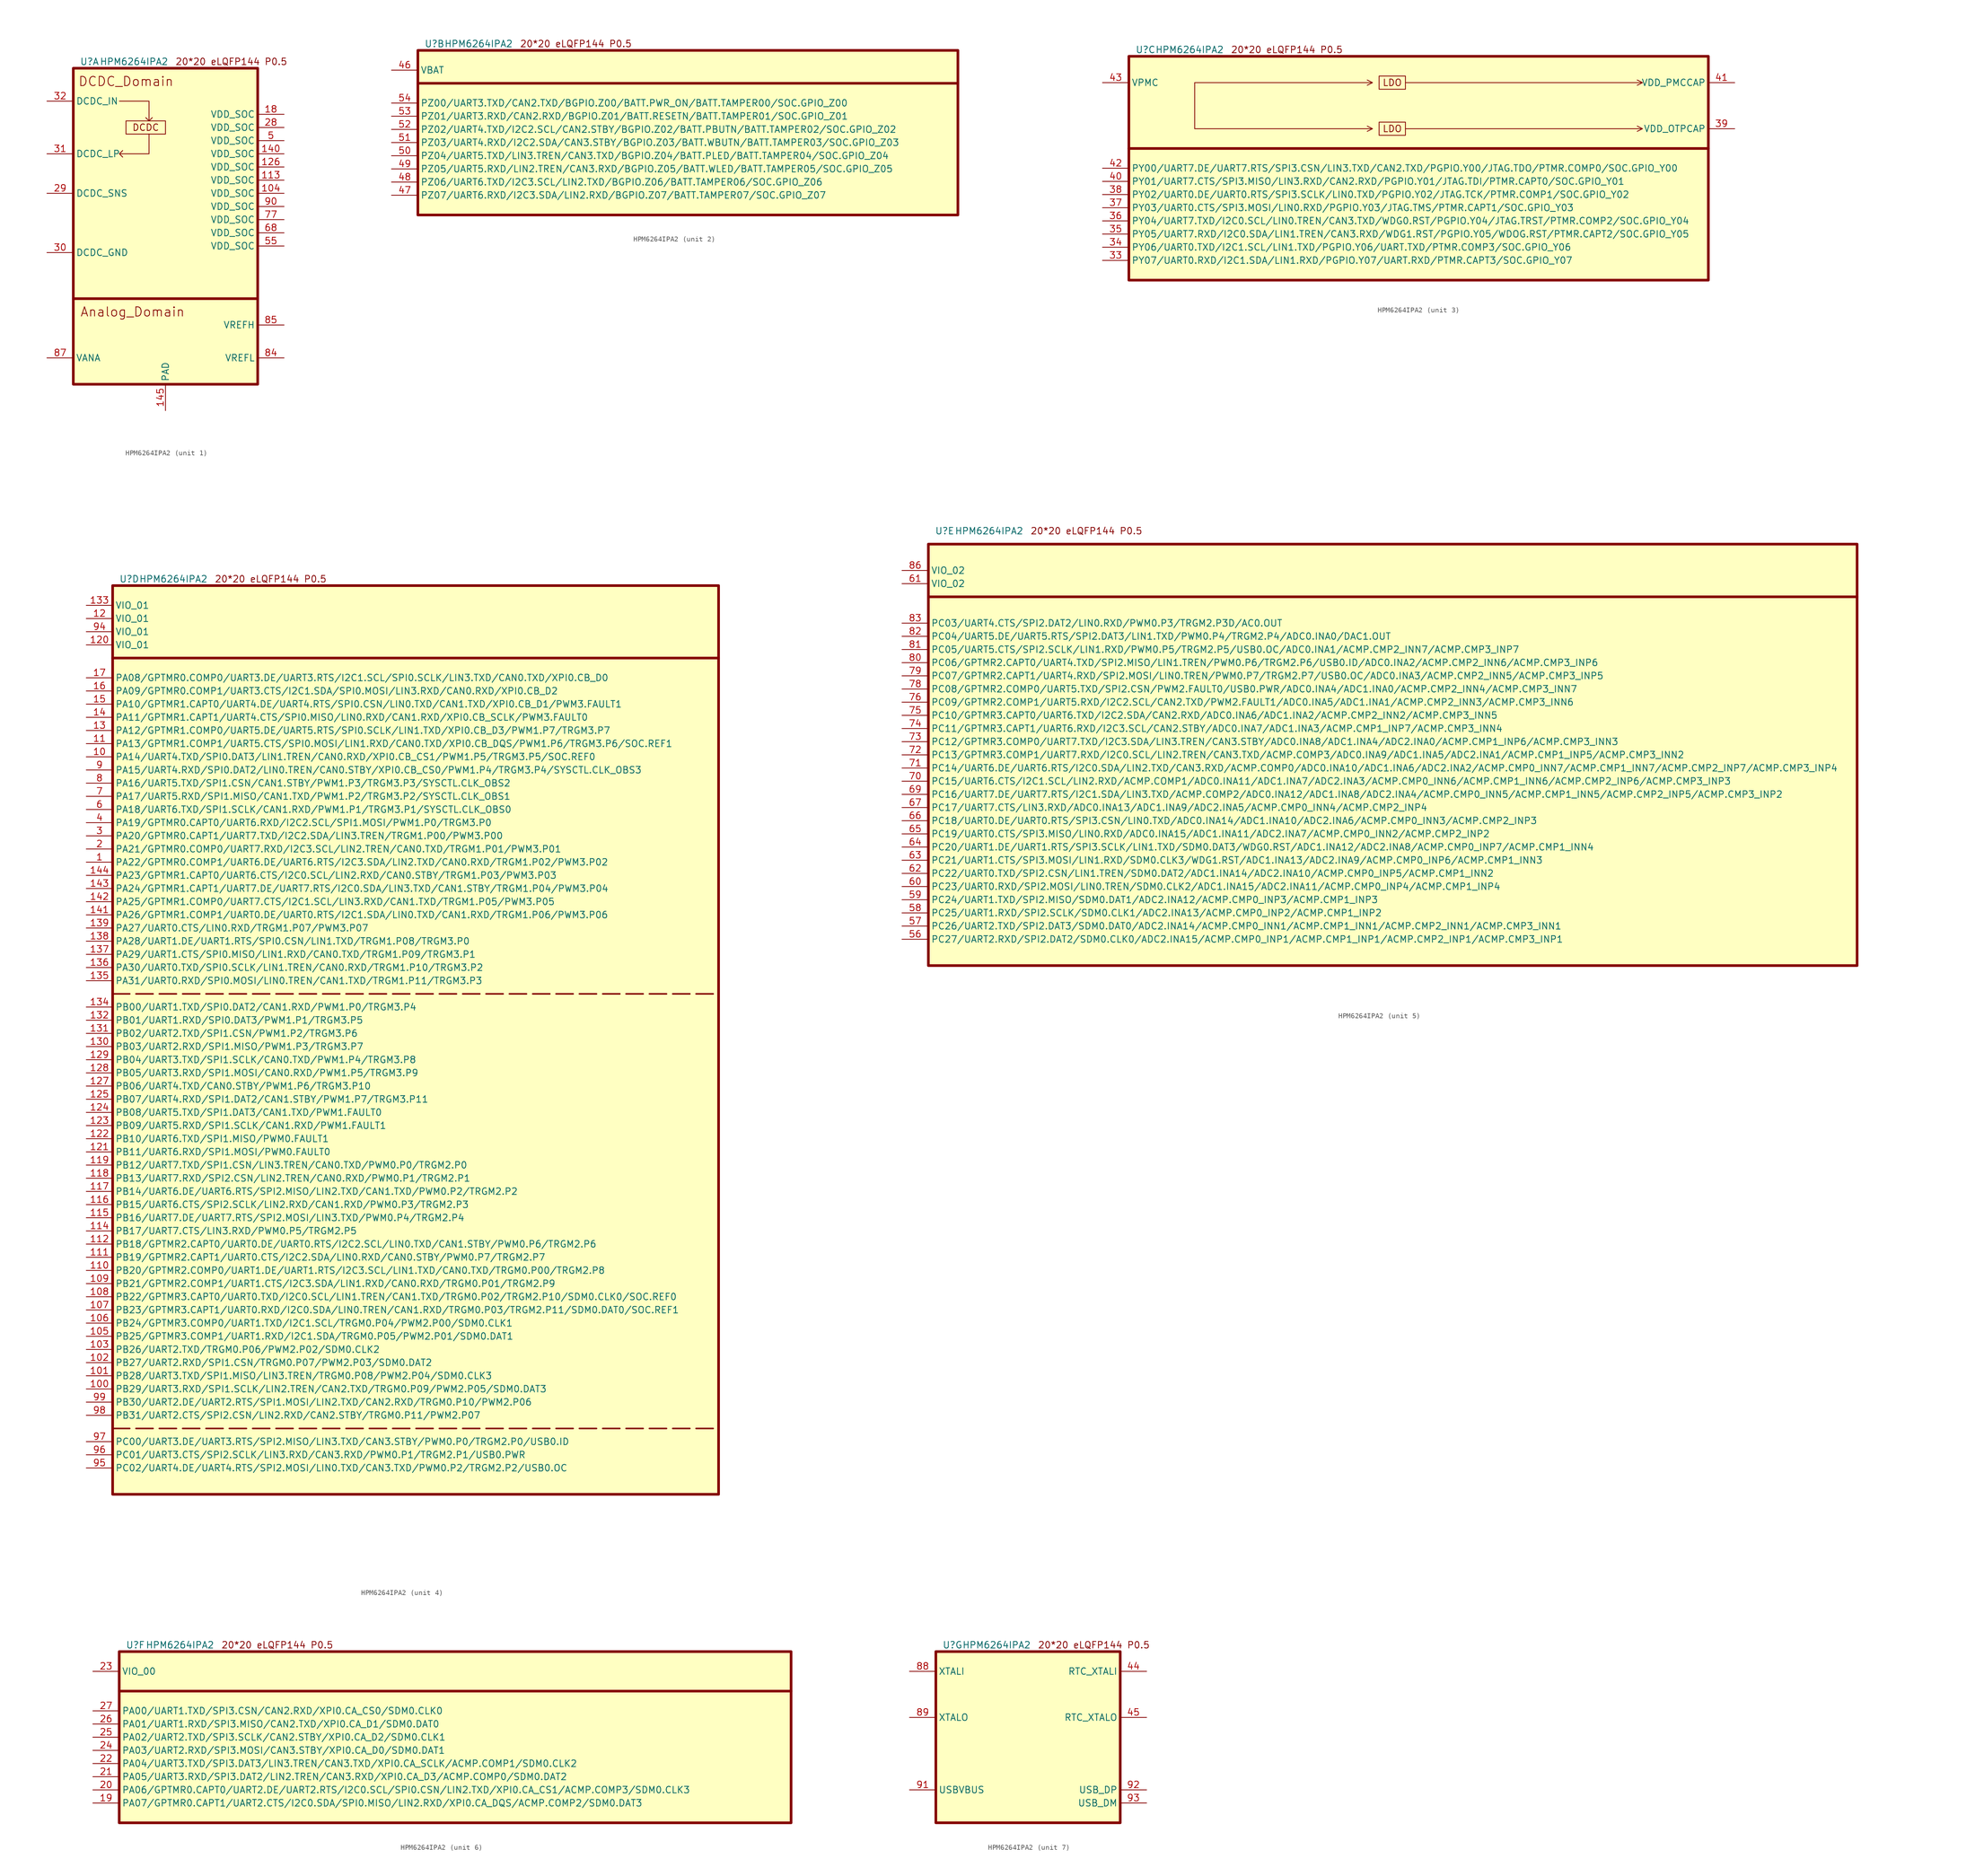
<source format=kicad_sym>
(kicad_symbol_lib
  (version 20220914)
  (generator kicad_symbol_editor)
  (symbol "HPM6264IPA2"
    (property "Reference" "U"
      (at 1.27 1.27 0)
      (effects (font (size 1.27 1.27)) (justify left)))
    (property "Value" "HPM6264IPA2"
      (at 5.08 1.27 0)
      (effects (font (size 1.27 1.27)) (justify left)))
    (property "ki_locked" ""
      (at 0 0 0)
      (effects (font (size 1.27 1.27))))
    (symbol "HPM6264IPA2_0_0"
      (text "20*20 eLQFP144 P0.5" (at 30.48 1.27 0) (effects (font (size 1.27 1.27)))))
    (symbol "HPM6264IPA2_1_1"
      (polyline (pts (xy 0 -44.45) (xy 35.56 -44.45)) (stroke (width 0.508) (type default)) (fill (type none)))
      (polyline (pts (xy 8.89 -6.35) (xy 14.605 -6.35) (xy 14.605 -10.16) (xy 13.97 -9.525) (xy 14.605 -10.16) (xy 15.24 -9.525)) (stroke (width 0) (type default)) (fill (type none)))
      (polyline (pts (xy 14.605 -12.7) (xy 14.605 -16.51) (xy 8.89 -16.51) (xy 9.525 -15.875) (xy 8.89 -16.51) (xy 9.525 -17.145)) (stroke (width 0) (type default)) (fill (type none)))
      (rectangle (start 0 0) (end 35.56 -60.96) (stroke (width 0.508) (type default)) (fill (type background)))
      (rectangle (start 10.16 -10.16) (end 17.78 -12.7) (stroke (width 0) (type default)) (fill (type none)))
      (text "Analog_Domain" (at 11.43 -46.99 0) (effects (font (size 1.778 1.778))))
      (text "DCDC" (at 13.97 -11.43 0) (effects (font (size 1.27 1.27))))
      (text "DCDC_Domain" (at 10.16 -2.54 0) (effects (font (size 1.778 1.778))))
      (pin power_in line (at 40.64 -24.13 180) (length 5.08) (name "VDD_SOC" (effects (font (size 1.27 1.27)))) (number "104" (effects (font (size 1.27 1.27)))))
      (pin power_in line (at 40.64 -21.59 180) (length 5.08) (name "VDD_SOC" (effects (font (size 1.27 1.27)))) (number "113" (effects (font (size 1.27 1.27)))))
      (pin power_in line (at 40.64 -19.05 180) (length 5.08) (name "VDD_SOC" (effects (font (size 1.27 1.27)))) (number "126" (effects (font (size 1.27 1.27)))))
      (pin power_in line (at 40.64 -16.51 180) (length 5.08) (name "VDD_SOC" (effects (font (size 1.27 1.27)))) (number "140" (effects (font (size 1.27 1.27)))))
      (pin power_out line (at 17.78 -66.04 90) (length 5.08) (name "PAD" (effects (font (size 1.27 1.27)))) (number "145" (effects (font (size 1.27 1.27)))))
      (pin power_in line (at 40.64 -8.89 180) (length 5.08) (name "VDD_SOC" (effects (font (size 1.27 1.27)))) (number "18" (effects (font (size 1.27 1.27)))))
      (pin power_in line (at 40.64 -11.43 180) (length 5.08) (name "VDD_SOC" (effects (font (size 1.27 1.27)))) (number "28" (effects (font (size 1.27 1.27)))))
      (pin input line (at -5.08 -24.13 0) (length 5.08) (name "DCDC_SNS" (effects (font (size 1.27 1.27)))) (number "29" (effects (font (size 1.27 1.27)))))
      (pin power_out line (at -5.08 -35.56 0) (length 5.08) (name "DCDC_GND" (effects (font (size 1.27 1.27)))) (number "30" (effects (font (size 1.27 1.27)))))
      (pin power_out line (at -5.08 -16.51 0) (length 5.08) (name "DCDC_LP" (effects (font (size 1.27 1.27)))) (number "31" (effects (font (size 1.27 1.27)))))
      (pin power_in line (at -5.08 -6.35 0) (length 5.08) (name "DCDC_IN" (effects (font (size 1.27 1.27)))) (number "32" (effects (font (size 1.27 1.27)))))
      (pin power_in line (at 40.64 -13.97 180) (length 5.08) (name "VDD_SOC" (effects (font (size 1.27 1.27)))) (number "5" (effects (font (size 1.27 1.27)))))
      (pin power_in line (at 40.64 -34.29 180) (length 5.08) (name "VDD_SOC" (effects (font (size 1.27 1.27)))) (number "55" (effects (font (size 1.27 1.27)))))
      (pin power_in line (at 40.64 -31.75 180) (length 5.08) (name "VDD_SOC" (effects (font (size 1.27 1.27)))) (number "68" (effects (font (size 1.27 1.27)))))
      (pin power_in line (at 40.64 -29.21 180) (length 5.08) (name "VDD_SOC" (effects (font (size 1.27 1.27)))) (number "77" (effects (font (size 1.27 1.27)))))
      (pin power_out line (at 40.64 -55.88 180) (length 5.08) (name "VREFL" (effects (font (size 1.27 1.27)))) (number "84" (effects (font (size 1.27 1.27)))))
      (pin power_in line (at 40.64 -49.53 180) (length 5.08) (name "VREFH" (effects (font (size 1.27 1.27)))) (number "85" (effects (font (size 1.27 1.27)))))
      (pin power_in line (at -5.08 -55.88 0) (length 5.08) (name "VANA" (effects (font (size 1.27 1.27)))) (number "87" (effects (font (size 1.27 1.27)))))
      (pin power_in line (at 40.64 -26.67 180) (length 5.08) (name "VDD_SOC" (effects (font (size 1.27 1.27)))) (number "90" (effects (font (size 1.27 1.27))))))
    (symbol "HPM6264IPA2_2_1"
      (polyline (pts (xy 0 -6.35) (xy 104.14 -6.35)) (stroke (width 0.5) (type default)) (fill (type none)))
      (rectangle (start 0 0) (end 104.14 -31.75) (stroke (width 0.508) (type default)) (fill (type background)))
      (pin power_in line (at -5.08 -3.81 0) (length 5.08) (name "VBAT" (effects (font (size 1.27 1.27)))) (number "46" (effects (font (size 1.27 1.27)))))
      (pin bidirectional line (at -5.08 -27.94 0) (length 5.08) (name "PZ07/UART6.RXD/I2C3.SDA/LIN2.RXD/BGPIO.Z07/BATT.TAMPER07/SOC.GPIO_Z07" (effects (font (size 1.27 1.27)))) (number "47" (effects (font (size 1.27 1.27)))))
      (pin bidirectional line (at -5.08 -25.4 0) (length 5.08) (name "PZ06/UART6.TXD/I2C3.SCL/LIN2.TXD/BGPIO.Z06/BATT.TAMPER06/SOC.GPIO_Z06" (effects (font (size 1.27 1.27)))) (number "48" (effects (font (size 1.27 1.27)))))
      (pin bidirectional line (at -5.08 -22.86 0) (length 5.08) (name "PZ05/UART5.RXD/LIN2.TREN/CAN3.RXD/BGPIO.Z05/BATT.WLED/BATT.TAMPER05/SOC.GPIO_Z05" (effects (font (size 1.27 1.27)))) (number "49" (effects (font (size 1.27 1.27)))))
      (pin bidirectional line (at -5.08 -20.32 0) (length 5.08) (name "PZ04/UART5.TXD/LIN3.TREN/CAN3.TXD/BGPIO.Z04/BATT.PLED/BATT.TAMPER04/SOC.GPIO_Z04" (effects (font (size 1.27 1.27)))) (number "50" (effects (font (size 1.27 1.27)))))
      (pin bidirectional line (at -5.08 -17.78 0) (length 5.08) (name "PZ03/UART4.RXD/I2C2.SDA/CAN3.STBY/BGPIO.Z03/BATT.WBUTN/BATT.TAMPER03/SOC.GPIO_Z03" (effects (font (size 1.27 1.27)))) (number "51" (effects (font (size 1.27 1.27)))))
      (pin bidirectional line (at -5.08 -15.24 0) (length 5.08) (name "PZ02/UART4.TXD/I2C2.SCL/CAN2.STBY/BGPIO.Z02/BATT.PBUTN/BATT.TAMPER02/SOC.GPIO_Z02" (effects (font (size 1.27 1.27)))) (number "52" (effects (font (size 1.27 1.27)))))
      (pin bidirectional line (at -5.08 -12.7 0) (length 5.08) (name "PZ01/UART3.RXD/CAN2.RXD/BGPIO.Z01/BATT.RESETN/BATT.TAMPER01/SOC.GPIO_Z01" (effects (font (size 1.27 1.27)))) (number "53" (effects (font (size 1.27 1.27)))))
      (pin bidirectional line (at -5.08 -10.16 0) (length 5.08) (name "PZ00/UART3.TXD/CAN2.TXD/BGPIO.Z00/BATT.PWR_ON/BATT.TAMPER00/SOC.GPIO_Z00" (effects (font (size 1.27 1.27)))) (number "54" (effects (font (size 1.27 1.27))))))
    (symbol "HPM6264IPA2_3_0"
      (polyline (pts (xy 12.7 -13.97) (xy 46.99 -13.97) (xy 45.974 -13.462) (xy 46.99 -13.97) (xy 45.974 -14.478)) (stroke (width 0) (type default)) (fill (type none)))
      (polyline (pts (xy 12.7 -5.08) (xy 46.99 -5.08) (xy 45.974 -4.572) (xy 46.99 -5.08) (xy 45.974 -5.588)) (stroke (width 0) (type default)) (fill (type none)))
      (polyline (pts (xy 53.34 -13.97) (xy 99.06 -13.97) (xy 98.044 -13.462) (xy 99.06 -13.97) (xy 98.044 -14.478)) (stroke (width 0) (type default)) (fill (type none)))
      (polyline (pts (xy 53.34 -5.08) (xy 99.06 -5.08) (xy 98.044 -4.572) (xy 99.06 -5.08) (xy 98.044 -5.588)) (stroke (width 0) (type default)) (fill (type none))))
    (symbol "HPM6264IPA2_3_1"
      (polyline (pts (xy 0 -17.78) (xy 111.76 -17.78)) (stroke (width 0.508) (type default)) (fill (type none)))
      (polyline (pts (xy 12.7 -12.7) (xy 12.7 -5.08) (xy 12.7 -13.97)) (stroke (width 0) (type default)) (fill (type none)))
      (rectangle (start 0 0) (end 111.76 -43.18) (stroke (width 0.508) (type default)) (fill (type background)))
      (rectangle (start 48.26 -12.7) (end 53.34 -15.24) (stroke (width 0) (type default)) (fill (type none)))
      (rectangle (start 48.26 -3.81) (end 53.34 -6.35) (stroke (width 0) (type default)) (fill (type none)))
      (text "LDO" (at 50.8 -13.97 0) (effects (font (size 1.27 1.27))))
      (text "LDO" (at 50.8 -5.08 0) (effects (font (size 1.27 1.27))))
      (pin bidirectional line (at -5.08 -39.37 0) (length 5.08) (name "PY07/UART0.RXD/I2C1.SDA/LIN1.RXD/PGPIO.Y07/UART.RXD/PTMR.CAPT3/SOC.GPIO_Y07" (effects (font (size 1.27 1.27)))) (number "33" (effects (font (size 1.27 1.27)))))
      (pin bidirectional line (at -5.08 -36.83 0) (length 5.08) (name "PY06/UART0.TXD/I2C1.SCL/LIN1.TXD/PGPIO.Y06/UART.TXD/PTMR.COMP3/SOC.GPIO_Y06" (effects (font (size 1.27 1.27)))) (number "34" (effects (font (size 1.27 1.27)))))
      (pin bidirectional line (at -5.08 -34.29 0) (length 5.08) (name "PY05/UART7.RXD/I2C0.SDA/LIN1.TREN/CAN3.RXD/WDG1.RST/PGPIO.Y05/WDOG.RST/PTMR.CAPT2/SOC.GPIO_Y05" (effects (font (size 1.27 1.27)))) (number "35" (effects (font (size 1.27 1.27)))))
      (pin bidirectional line (at -5.08 -31.75 0) (length 5.08) (name "PY04/UART7.TXD/I2C0.SCL/LIN0.TREN/CAN3.TXD/WDG0.RST/PGPIO.Y04/JTAG.TRST/PTMR.COMP2/SOC.GPIO_Y04" (effects (font (size 1.27 1.27)))) (number "36" (effects (font (size 1.27 1.27)))))
      (pin bidirectional line (at -5.08 -29.21 0) (length 5.08) (name "PY03/UART0.CTS/SPI3.MOSI/LIN0.RXD/PGPIO.Y03/JTAG.TMS/PTMR.CAPT1/SOC.GPIO_Y03" (effects (font (size 1.27 1.27)))) (number "37" (effects (font (size 1.27 1.27)))))
      (pin bidirectional line (at -5.08 -26.67 0) (length 5.08) (name "PY02/UART0.DE/UART0.RTS/SPI3.SCLK/LIN0.TXD/PGPIO.Y02/JTAG.TCK/PTMR.COMP1/SOC.GPIO_Y02" (effects (font (size 1.27 1.27)))) (number "38" (effects (font (size 1.27 1.27)))))
      (pin power_out line (at 116.84 -13.97 180) (length 5.08) (name "VDD_OTPCAP" (effects (font (size 1.27 1.27)))) (number "39" (effects (font (size 1.27 1.27)))))
      (pin bidirectional line (at -5.08 -24.13 0) (length 5.08) (name "PY01/UART7.CTS/SPI3.MISO/LIN3.RXD/CAN2.RXD/PGPIO.Y01/JTAG.TDI/PTMR.CAPT0/SOC.GPIO_Y01" (effects (font (size 1.27 1.27)))) (number "40" (effects (font (size 1.27 1.27)))))
      (pin power_out line (at 116.84 -5.08 180) (length 5.08) (name "VDD_PMCCAP" (effects (font (size 1.27 1.27)))) (number "41" (effects (font (size 1.27 1.27)))))
      (pin bidirectional line (at -5.08 -21.59 0) (length 5.08) (name "PY00/UART7.DE/UART7.RTS/SPI3.CSN/LIN3.TXD/CAN2.TXD/PGPIO.Y00/JTAG.TDO/PTMR.COMP0/SOC.GPIO_Y00" (effects (font (size 1.27 1.27)))) (number "42" (effects (font (size 1.27 1.27)))))
      (pin power_in line (at -5.08 -5.08 0) (length 5.08) (name "VPMC" (effects (font (size 1.27 1.27)))) (number "43" (effects (font (size 1.27 1.27))))))
    (symbol "HPM6264IPA2_4_1"
      (polyline (pts (xy 0 -162.56) (xy 116.84 -162.56)) (stroke (width 0.3) (type dash)) (fill (type none)))
      (polyline (pts (xy 0 -78.74) (xy 116.84 -78.74)) (stroke (width 0.3) (type dash)) (fill (type none)))
      (polyline (pts (xy 0 -13.97) (xy 116.84 -13.97)) (stroke (width 0.5) (type default)) (fill (type none)))
      (rectangle (start 0 0) (end 116.84 -175.26) (stroke (width 0.508) (type default)) (fill (type background)))
      (pin bidirectional line (at -5.08 -53.34 0) (length 5.08) (name "PA22/GPTMR0.COMP1/UART6.DE/UART6.RTS/I2C3.SDA/LIN2.TXD/CAN0.RXD/TRGM1.P02/PWM3.P02" (effects (font (size 1.27 1.27)))) (number "1" (effects (font (size 1.27 1.27)))))
      (pin bidirectional line (at -5.08 -33.02 0) (length 5.08) (name "PA14/UART4.TXD/SPI0.DAT3/LIN1.TREN/CAN0.RXD/XPI0.CB_CS1/PWM1.P5/TRGM3.P5/SOC.REF0" (effects (font (size 1.27 1.27)))) (number "10" (effects (font (size 1.27 1.27)))))
      (pin bidirectional line (at -5.08 -154.94 0) (length 5.08) (name "PB29/UART3.RXD/SPI1.SCLK/LIN2.TREN/CAN2.TXD/TRGM0.P09/PWM2.P05/SDM0.DAT3" (effects (font (size 1.27 1.27)))) (number "100" (effects (font (size 1.27 1.27)))))
      (pin bidirectional line (at -5.08 -152.4 0) (length 5.08) (name "PB28/UART3.TXD/SPI1.MISO/LIN3.TREN/TRGM0.P08/PWM2.P04/SDM0.CLK3" (effects (font (size 1.27 1.27)))) (number "101" (effects (font (size 1.27 1.27)))))
      (pin bidirectional line (at -5.08 -149.86 0) (length 5.08) (name "PB27/UART2.RXD/SPI1.CSN/TRGM0.P07/PWM2.P03/SDM0.DAT2" (effects (font (size 1.27 1.27)))) (number "102" (effects (font (size 1.27 1.27)))))
      (pin bidirectional line (at -5.08 -147.32 0) (length 5.08) (name "PB26/UART2.TXD/TRGM0.P06/PWM2.P02/SDM0.CLK2" (effects (font (size 1.27 1.27)))) (number "103" (effects (font (size 1.27 1.27)))))
      (pin bidirectional line (at -5.08 -144.78 0) (length 5.08) (name "PB25/GPTMR3.COMP1/UART1.RXD/I2C1.SDA/TRGM0.P05/PWM2.P01/SDM0.DAT1" (effects (font (size 1.27 1.27)))) (number "105" (effects (font (size 1.27 1.27)))))
      (pin bidirectional line (at -5.08 -142.24 0) (length 5.08) (name "PB24/GPTMR3.COMP0/UART1.TXD/I2C1.SCL/TRGM0.P04/PWM2.P00/SDM0.CLK1" (effects (font (size 1.27 1.27)))) (number "106" (effects (font (size 1.27 1.27)))))
      (pin bidirectional line (at -5.08 -139.7 0) (length 5.08) (name "PB23/GPTMR3.CAPT1/UART0.RXD/I2C0.SDA/LIN0.TREN/CAN1.RXD/TRGM0.P03/TRGM2.P11/SDM0.DAT0/SOC.REF1" (effects (font (size 1.27 1.27)))) (number "107" (effects (font (size 1.27 1.27)))))
      (pin bidirectional line (at -5.08 -137.16 0) (length 5.08) (name "PB22/GPTMR3.CAPT0/UART0.TXD/I2C0.SCL/LIN1.TREN/CAN1.TXD/TRGM0.P02/TRGM2.P10/SDM0.CLK0/SOC.REF0" (effects (font (size 1.27 1.27)))) (number "108" (effects (font (size 1.27 1.27)))))
      (pin bidirectional line (at -5.08 -134.62 0) (length 5.08) (name "PB21/GPTMR2.COMP1/UART1.CTS/I2C3.SDA/LIN1.RXD/CAN0.RXD/TRGM0.P01/TRGM2.P9" (effects (font (size 1.27 1.27)))) (number "109" (effects (font (size 1.27 1.27)))))
      (pin bidirectional line (at -5.08 -30.48 0) (length 5.08) (name "PA13/GPTMR1.COMP1/UART5.CTS/SPI0.MOSI/LIN1.RXD/CAN0.TXD/XPI0.CB_DQS/PWM1.P6/TRGM3.P6/SOC.REF1" (effects (font (size 1.27 1.27)))) (number "11" (effects (font (size 1.27 1.27)))))
      (pin bidirectional line (at -5.08 -132.08 0) (length 5.08) (name "PB20/GPTMR2.COMP0/UART1.DE/UART1.RTS/I2C3.SCL/LIN1.TXD/CAN0.TXD/TRGM0.P00/TRGM2.P8" (effects (font (size 1.27 1.27)))) (number "110" (effects (font (size 1.27 1.27)))))
      (pin bidirectional line (at -5.08 -129.54 0) (length 5.08) (name "PB19/GPTMR2.CAPT1/UART0.CTS/I2C2.SDA/LIN0.RXD/CAN0.STBY/PWM0.P7/TRGM2.P7" (effects (font (size 1.27 1.27)))) (number "111" (effects (font (size 1.27 1.27)))))
      (pin bidirectional line (at -5.08 -127 0) (length 5.08) (name "PB18/GPTMR2.CAPT0/UART0.DE/UART0.RTS/I2C2.SCL/LIN0.TXD/CAN1.STBY/PWM0.P6/TRGM2.P6" (effects (font (size 1.27 1.27)))) (number "112" (effects (font (size 1.27 1.27)))))
      (pin bidirectional line (at -5.08 -124.46 0) (length 5.08) (name "PB17/UART7.CTS/LIN3.RXD/PWM0.P5/TRGM2.P5" (effects (font (size 1.27 1.27)))) (number "114" (effects (font (size 1.27 1.27)))))
      (pin bidirectional line (at -5.08 -121.92 0) (length 5.08) (name "PB16/UART7.DE/UART7.RTS/SPI2.MOSI/LIN3.TXD/PWM0.P4/TRGM2.P4" (effects (font (size 1.27 1.27)))) (number "115" (effects (font (size 1.27 1.27)))))
      (pin bidirectional line (at -5.08 -119.38 0) (length 5.08) (name "PB15/UART6.CTS/SPI2.SCLK/LIN2.RXD/CAN1.RXD/PWM0.P3/TRGM2.P3" (effects (font (size 1.27 1.27)))) (number "116" (effects (font (size 1.27 1.27)))))
      (pin bidirectional line (at -5.08 -116.84 0) (length 5.08) (name "PB14/UART6.DE/UART6.RTS/SPI2.MISO/LIN2.TXD/CAN1.TXD/PWM0.P2/TRGM2.P2" (effects (font (size 1.27 1.27)))) (number "117" (effects (font (size 1.27 1.27)))))
      (pin bidirectional line (at -5.08 -114.3 0) (length 5.08) (name "PB13/UART7.RXD/SPI2.CSN/LIN2.TREN/CAN0.RXD/PWM0.P1/TRGM2.P1" (effects (font (size 1.27 1.27)))) (number "118" (effects (font (size 1.27 1.27)))))
      (pin bidirectional line (at -5.08 -111.76 0) (length 5.08) (name "PB12/UART7.TXD/SPI1.CSN/LIN3.TREN/CAN0.TXD/PWM0.P0/TRGM2.P0" (effects (font (size 1.27 1.27)))) (number "119" (effects (font (size 1.27 1.27)))))
      (pin power_in line (at -5.08 -6.35 0) (length 5.08) (name "VIO_01" (effects (font (size 1.27 1.27)))) (number "12" (effects (font (size 1.27 1.27)))))
      (pin power_in line (at -5.08 -11.43 0) (length 5.08) (name "VIO_01" (effects (font (size 1.27 1.27)))) (number "120" (effects (font (size 1.27 1.27)))))
      (pin bidirectional line (at -5.08 -109.22 0) (length 5.08) (name "PB11/UART6.RXD/SPI1.MOSI/PWM0.FAULT0" (effects (font (size 1.27 1.27)))) (number "121" (effects (font (size 1.27 1.27)))))
      (pin bidirectional line (at -5.08 -106.68 0) (length 5.08) (name "PB10/UART6.TXD/SPI1.MISO/PWM0.FAULT1" (effects (font (size 1.27 1.27)))) (number "122" (effects (font (size 1.27 1.27)))))
      (pin bidirectional line (at -5.08 -104.14 0) (length 5.08) (name "PB09/UART5.RXD/SPI1.SCLK/CAN1.RXD/PWM1.FAULT1" (effects (font (size 1.27 1.27)))) (number "123" (effects (font (size 1.27 1.27)))))
      (pin bidirectional line (at -5.08 -101.6 0) (length 5.08) (name "PB08/UART5.TXD/SPI1.DAT3/CAN1.TXD/PWM1.FAULT0" (effects (font (size 1.27 1.27)))) (number "124" (effects (font (size 1.27 1.27)))))
      (pin bidirectional line (at -5.08 -99.06 0) (length 5.08) (name "PB07/UART4.RXD/SPI1.DAT2/CAN1.STBY/PWM1.P7/TRGM3.P11" (effects (font (size 1.27 1.27)))) (number "125" (effects (font (size 1.27 1.27)))))
      (pin bidirectional line (at -5.08 -96.52 0) (length 5.08) (name "PB06/UART4.TXD/CAN0.STBY/PWM1.P6/TRGM3.P10" (effects (font (size 1.27 1.27)))) (number "127" (effects (font (size 1.27 1.27)))))
      (pin bidirectional line (at -5.08 -93.98 0) (length 5.08) (name "PB05/UART3.RXD/SPI1.MOSI/CAN0.RXD/PWM1.P5/TRGM3.P9" (effects (font (size 1.27 1.27)))) (number "128" (effects (font (size 1.27 1.27)))))
      (pin bidirectional line (at -5.08 -91.44 0) (length 5.08) (name "PB04/UART3.TXD/SPI1.SCLK/CAN0.TXD/PWM1.P4/TRGM3.P8" (effects (font (size 1.27 1.27)))) (number "129" (effects (font (size 1.27 1.27)))))
      (pin bidirectional line (at -5.08 -27.94 0) (length 5.08) (name "PA12/GPTMR1.COMP0/UART5.DE/UART5.RTS/SPI0.SCLK/LIN1.TXD/XPI0.CB_D3/PWM1.P7/TRGM3.P7" (effects (font (size 1.27 1.27)))) (number "13" (effects (font (size 1.27 1.27)))))
      (pin bidirectional line (at -5.08 -88.9 0) (length 5.08) (name "PB03/UART2.RXD/SPI1.MISO/PWM1.P3/TRGM3.P7" (effects (font (size 1.27 1.27)))) (number "130" (effects (font (size 1.27 1.27)))))
      (pin bidirectional line (at -5.08 -86.36 0) (length 5.08) (name "PB02/UART2.TXD/SPI1.CSN/PWM1.P2/TRGM3.P6" (effects (font (size 1.27 1.27)))) (number "131" (effects (font (size 1.27 1.27)))))
      (pin bidirectional line (at -5.08 -83.82 0) (length 5.08) (name "PB01/UART1.RXD/SPI0.DAT3/PWM1.P1/TRGM3.P5" (effects (font (size 1.27 1.27)))) (number "132" (effects (font (size 1.27 1.27)))))
      (pin power_in line (at -5.08 -3.81 0) (length 5.08) (name "VIO_01" (effects (font (size 1.27 1.27)))) (number "133" (effects (font (size 1.27 1.27)))))
      (pin bidirectional line (at -5.08 -81.28 0) (length 5.08) (name "PB00/UART1.TXD/SPI0.DAT2/CAN1.RXD/PWM1.P0/TRGM3.P4" (effects (font (size 1.27 1.27)))) (number "134" (effects (font (size 1.27 1.27)))))
      (pin bidirectional line (at -5.08 -76.2 0) (length 5.08) (name "PA31/UART0.RXD/SPI0.MOSI/LIN0.TREN/CAN1.TXD/TRGM1.P11/TRGM3.P3" (effects (font (size 1.27 1.27)))) (number "135" (effects (font (size 1.27 1.27)))))
      (pin bidirectional line (at -5.08 -73.66 0) (length 5.08) (name "PA30/UART0.TXD/SPI0.SCLK/LIN1.TREN/CAN0.RXD/TRGM1.P10/TRGM3.P2" (effects (font (size 1.27 1.27)))) (number "136" (effects (font (size 1.27 1.27)))))
      (pin bidirectional line (at -5.08 -71.12 0) (length 5.08) (name "PA29/UART1.CTS/SPI0.MISO/LIN1.RXD/CAN0.TXD/TRGM1.P09/TRGM3.P1" (effects (font (size 1.27 1.27)))) (number "137" (effects (font (size 1.27 1.27)))))
      (pin bidirectional line (at -5.08 -68.58 0) (length 5.08) (name "PA28/UART1.DE/UART1.RTS/SPI0.CSN/LIN1.TXD/TRGM1.P08/TRGM3.P0" (effects (font (size 1.27 1.27)))) (number "138" (effects (font (size 1.27 1.27)))))
      (pin bidirectional line (at -5.08 -66.04 0) (length 5.08) (name "PA27/UART0.CTS/LIN0.RXD/TRGM1.P07/PWM3.P07" (effects (font (size 1.27 1.27)))) (number "139" (effects (font (size 1.27 1.27)))))
      (pin bidirectional line (at -5.08 -25.4 0) (length 5.08) (name "PA11/GPTMR1.CAPT1/UART4.CTS/SPI0.MISO/LIN0.RXD/CAN1.RXD/XPI0.CB_SCLK/PWM3.FAULT0" (effects (font (size 1.27 1.27)))) (number "14" (effects (font (size 1.27 1.27)))))
      (pin bidirectional line (at -5.08 -63.5 0) (length 5.08) (name "PA26/GPTMR1.COMP1/UART0.DE/UART0.RTS/I2C1.SDA/LIN0.TXD/CAN1.RXD/TRGM1.P06/PWM3.P06" (effects (font (size 1.27 1.27)))) (number "141" (effects (font (size 1.27 1.27)))))
      (pin bidirectional line (at -5.08 -60.96 0) (length 5.08) (name "PA25/GPTMR1.COMP0/UART7.CTS/I2C1.SCL/LIN3.RXD/CAN1.TXD/TRGM1.P05/PWM3.P05" (effects (font (size 1.27 1.27)))) (number "142" (effects (font (size 1.27 1.27)))))
      (pin bidirectional line (at -5.08 -58.42 0) (length 5.08) (name "PA24/GPTMR1.CAPT1/UART7.DE/UART7.RTS/I2C0.SDA/LIN3.TXD/CAN1.STBY/TRGM1.P04/PWM3.P04" (effects (font (size 1.27 1.27)))) (number "143" (effects (font (size 1.27 1.27)))))
      (pin bidirectional line (at -5.08 -55.88 0) (length 5.08) (name "PA23/GPTMR1.CAPT0/UART6.CTS/I2C0.SCL/LIN2.RXD/CAN0.STBY/TRGM1.P03/PWM3.P03" (effects (font (size 1.27 1.27)))) (number "144" (effects (font (size 1.27 1.27)))))
      (pin bidirectional line (at -5.08 -22.86 0) (length 5.08) (name "PA10/GPTMR1.CAPT0/UART4.DE/UART4.RTS/SPI0.CSN/LIN0.TXD/CAN1.TXD/XPI0.CB_D1/PWM3.FAULT1" (effects (font (size 1.27 1.27)))) (number "15" (effects (font (size 1.27 1.27)))))
      (pin bidirectional line (at -5.08 -20.32 0) (length 5.08) (name "PA09/GPTMR0.COMP1/UART3.CTS/I2C1.SDA/SPI0.MOSI/LIN3.RXD/CAN0.RXD/XPI0.CB_D2" (effects (font (size 1.27 1.27)))) (number "16" (effects (font (size 1.27 1.27)))))
      (pin bidirectional line (at -5.08 -17.78 0) (length 5.08) (name "PA08/GPTMR0.COMP0/UART3.DE/UART3.RTS/I2C1.SCL/SPI0.SCLK/LIN3.TXD/CAN0.TXD/XPI0.CB_D0" (effects (font (size 1.27 1.27)))) (number "17" (effects (font (size 1.27 1.27)))))
      (pin bidirectional line (at -5.08 -50.8 0) (length 5.08) (name "PA21/GPTMR0.COMP0/UART7.RXD/I2C3.SCL/LIN2.TREN/CAN0.TXD/TRGM1.P01/PWM3.P01" (effects (font (size 1.27 1.27)))) (number "2" (effects (font (size 1.27 1.27)))))
      (pin bidirectional line (at -5.08 -48.26 0) (length 5.08) (name "PA20/GPTMR0.CAPT1/UART7.TXD/I2C2.SDA/LIN3.TREN/TRGM1.P00/PWM3.P00" (effects (font (size 1.27 1.27)))) (number "3" (effects (font (size 1.27 1.27)))))
      (pin bidirectional line (at -5.08 -45.72 0) (length 5.08) (name "PA19/GPTMR0.CAPT0/UART6.RXD/I2C2.SCL/SPI1.MOSI/PWM1.P0/TRGM3.P0" (effects (font (size 1.27 1.27)))) (number "4" (effects (font (size 1.27 1.27)))))
      (pin bidirectional line (at -5.08 -43.18 0) (length 5.08) (name "PA18/UART6.TXD/SPI1.SCLK/CAN1.RXD/PWM1.P1/TRGM3.P1/SYSCTL.CLK_OBS0" (effects (font (size 1.27 1.27)))) (number "6" (effects (font (size 1.27 1.27)))))
      (pin bidirectional line (at -5.08 -40.64 0) (length 5.08) (name "PA17/UART5.RXD/SPI1.MISO/CAN1.TXD/PWM1.P2/TRGM3.P2/SYSCTL.CLK_OBS1" (effects (font (size 1.27 1.27)))) (number "7" (effects (font (size 1.27 1.27)))))
      (pin bidirectional line (at -5.08 -38.1 0) (length 5.08) (name "PA16/UART5.TXD/SPI1.CSN/CAN1.STBY/PWM1.P3/TRGM3.P3/SYSCTL.CLK_OBS2" (effects (font (size 1.27 1.27)))) (number "8" (effects (font (size 1.27 1.27)))))
      (pin bidirectional line (at -5.08 -35.56 0) (length 5.08) (name "PA15/UART4.RXD/SPI0.DAT2/LIN0.TREN/CAN0.STBY/XPI0.CB_CS0/PWM1.P4/TRGM3.P4/SYSCTL.CLK_OBS3" (effects (font (size 1.27 1.27)))) (number "9" (effects (font (size 1.27 1.27)))))
      (pin power_in line (at -5.08 -8.89 0) (length 5.08) (name "VIO_01" (effects (font (size 1.27 1.27)))) (number "94" (effects (font (size 1.27 1.27)))))
      (pin bidirectional line (at -5.08 -170.18 0) (length 5.08) (name "PC02/UART4.DE/UART4.RTS/SPI2.MOSI/LIN0.TXD/CAN3.TXD/PWM0.P2/TRGM2.P2/USB0.OC" (effects (font (size 1.27 1.27)))) (number "95" (effects (font (size 1.27 1.27)))))
      (pin bidirectional line (at -5.08 -167.64 0) (length 5.08) (name "PC01/UART3.CTS/SPI2.SCLK/LIN3.RXD/CAN3.RXD/PWM0.P1/TRGM2.P1/USB0.PWR" (effects (font (size 1.27 1.27)))) (number "96" (effects (font (size 1.27 1.27)))))
      (pin bidirectional line (at -5.08 -165.1 0) (length 5.08) (name "PC00/UART3.DE/UART3.RTS/SPI2.MISO/LIN3.TXD/CAN3.STBY/PWM0.P0/TRGM2.P0/USB0.ID" (effects (font (size 1.27 1.27)))) (number "97" (effects (font (size 1.27 1.27)))))
      (pin bidirectional line (at -5.08 -160.02 0) (length 5.08) (name "PB31/UART2.CTS/SPI2.CSN/LIN2.RXD/CAN2.STBY/TRGM0.P11/PWM2.P07" (effects (font (size 1.27 1.27)))) (number "98" (effects (font (size 1.27 1.27)))))
      (pin bidirectional line (at -5.08 -157.48 0) (length 5.08) (name "PB30/UART2.DE/UART2.RTS/SPI1.MOSI/LIN2.TXD/CAN2.RXD/TRGM0.P10/PWM2.P06" (effects (font (size 1.27 1.27)))) (number "99" (effects (font (size 1.27 1.27))))))
    (symbol "HPM6264IPA2_5_1"
      (rectangle (start 0 -1.27) (end 179.07 -82.55) (stroke (width 0.508) (type default)) (fill (type background)))
      (polyline (pts (xy 0 -11.43) (xy 179.07 -11.43)) (stroke (width 0.5) (type default)) (fill (type none)))
      (pin bidirectional line (at -5.08 -77.47 0) (length 5.08) (name "PC27/UART2.RXD/SPI2.DAT2/SDM0.CLK0/ADC2.INA15/ACMP.CMP0_INP1/ACMP.CMP1_INP1/ACMP.CMP2_INP1/ACMP.CMP3_INP1" (effects (font (size 1.27 1.27)))) (number "56" (effects (font (size 1.27 1.27)))))
      (pin bidirectional line (at -5.08 -74.93 0) (length 5.08) (name "PC26/UART2.TXD/SPI2.DAT3/SDM0.DAT0/ADC2.INA14/ACMP.CMP0_INN1/ACMP.CMP1_INN1/ACMP.CMP2_INN1/ACMP.CMP3_INN1" (effects (font (size 1.27 1.27)))) (number "57" (effects (font (size 1.27 1.27)))))
      (pin bidirectional line (at -5.08 -72.39 0) (length 5.08) (name "PC25/UART1.RXD/SPI2.SCLK/SDM0.CLK1/ADC2.INA13/ACMP.CMP0_INP2/ACMP.CMP1_INP2" (effects (font (size 1.27 1.27)))) (number "58" (effects (font (size 1.27 1.27)))))
      (pin bidirectional line (at -5.08 -69.85 0) (length 5.08) (name "PC24/UART1.TXD/SPI2.MISO/SDM0.DAT1/ADC2.INA12/ACMP.CMP0_INP3/ACMP.CMP1_INP3" (effects (font (size 1.27 1.27)))) (number "59" (effects (font (size 1.27 1.27)))))
      (pin bidirectional line (at -5.08 -67.31 0) (length 5.08) (name "PC23/UART0.RXD/SPI2.MOSI/LIN0.TREN/SDM0.CLK2/ADC1.INA15/ADC2.INA11/ACMP.CMP0_INP4/ACMP.CMP1_INP4" (effects (font (size 1.27 1.27)))) (number "60" (effects (font (size 1.27 1.27)))))
      (pin power_in line (at -5.08 -8.89 0) (length 5.08) (name "VIO_02" (effects (font (size 1.27 1.27)))) (number "61" (effects (font (size 1.27 1.27)))))
      (pin bidirectional line (at -5.08 -64.77 0) (length 5.08) (name "PC22/UART0.TXD/SPI2.CSN/LIN1.TREN/SDM0.DAT2/ADC1.INA14/ADC2.INA10/ACMP.CMP0_INP5/ACMP.CMP1_INN2" (effects (font (size 1.27 1.27)))) (number "62" (effects (font (size 1.27 1.27)))))
      (pin bidirectional line (at -5.08 -62.23 0) (length 5.08) (name "PC21/UART1.CTS/SPI3.MOSI/LIN1.RXD/SDM0.CLK3/WDG1.RST/ADC1.INA13/ADC2.INA9/ACMP.CMP0_INP6/ACMP.CMP1_INN3" (effects (font (size 1.27 1.27)))) (number "63" (effects (font (size 1.27 1.27)))))
      (pin bidirectional line (at -5.08 -59.69 0) (length 5.08) (name "PC20/UART1.DE/UART1.RTS/SPI3.SCLK/LIN1.TXD/SDM0.DAT3/WDG0.RST/ADC1.INA12/ADC2.INA8/ACMP.CMP0_INP7/ACMP.CMP1_INN4" (effects (font (size 1.27 1.27)))) (number "64" (effects (font (size 1.27 1.27)))))
      (pin bidirectional line (at -5.08 -57.15 0) (length 5.08) (name "PC19/UART0.CTS/SPI3.MISO/LIN0.RXD/ADC0.INA15/ADC1.INA11/ADC2.INA7/ACMP.CMP0_INN2/ACMP.CMP2_INP2" (effects (font (size 1.27 1.27)))) (number "65" (effects (font (size 1.27 1.27)))))
      (pin bidirectional line (at -5.08 -54.61 0) (length 5.08) (name "PC18/UART0.DE/UART0.RTS/SPI3.CSN/LIN0.TXD/ADC0.INA14/ADC1.INA10/ADC2.INA6/ACMP.CMP0_INN3/ACMP.CMP2_INP3" (effects (font (size 1.27 1.27)))) (number "66" (effects (font (size 1.27 1.27)))))
      (pin bidirectional line (at -5.08 -52.07 0) (length 5.08) (name "PC17/UART7.CTS/LIN3.RXD/ADC0.INA13/ADC1.INA9/ADC2.INA5/ACMP.CMP0_INN4/ACMP.CMP2_INP4" (effects (font (size 1.27 1.27)))) (number "67" (effects (font (size 1.27 1.27)))))
      (pin bidirectional line (at -5.08 -49.53 0) (length 5.08) (name "PC16/UART7.DE/UART7.RTS/I2C1.SDA/LIN3.TXD/ACMP.COMP2/ADC0.INA12/ADC1.INA8/ADC2.INA4/ACMP.CMP0_INN5/ACMP.CMP1_INN5/ACMP.CMP2_INP5/ACMP.CMP3_INP2" (effects (font (size 1.27 1.27)))) (number "69" (effects (font (size 1.27 1.27)))))
      (pin bidirectional line (at -5.08 -46.99 0) (length 5.08) (name "PC15/UART6.CTS/I2C1.SCL/LIN2.RXD/ACMP.COMP1/ADC0.INA11/ADC1.INA7/ADC2.INA3/ACMP.CMP0_INN6/ACMP.CMP1_INN6/ACMP.CMP2_INP6/ACMP.CMP3_INP3" (effects (font (size 1.27 1.27)))) (number "70" (effects (font (size 1.27 1.27)))))
      (pin bidirectional line (at -5.08 -44.45 0) (length 5.08) (name "PC14/UART6.DE/UART6.RTS/I2C0.SDA/LIN2.TXD/CAN3.RXD/ACMP.COMP0/ADC0.INA10/ADC1.INA6/ADC2.INA2/ACMP.CMP0_INN7/ACMP.CMP1_INN7/ACMP.CMP2_INP7/ACMP.CMP3_INP4" (effects (font (size 1.27 1.27)))) (number "71" (effects (font (size 1.27 1.27)))))
      (pin bidirectional line (at -5.08 -41.91 0) (length 5.08) (name "PC13/GPTMR3.COMP1/UART7.RXD/I2C0.SCL/LIN2.TREN/CAN3.TXD/ACMP.COMP3/ADC0.INA9/ADC1.INA5/ADC2.INA1/ACMP.CMP1_INP5/ACMP.CMP3_INN2" (effects (font (size 1.27 1.27)))) (number "72" (effects (font (size 1.27 1.27)))))
      (pin bidirectional line (at -5.08 -39.37 0) (length 5.08) (name "PC12/GPTMR3.COMP0/UART7.TXD/I2C3.SDA/LIN3.TREN/CAN3.STBY/ADC0.INA8/ADC1.INA4/ADC2.INA0/ACMP.CMP1_INP6/ACMP.CMP3_INN3" (effects (font (size 1.27 1.27)))) (number "73" (effects (font (size 1.27 1.27)))))
      (pin bidirectional line (at -5.08 -36.83 0) (length 5.08) (name "PC11/GPTMR3.CAPT1/UART6.RXD/I2C3.SCL/CAN2.STBY/ADC0.INA7/ADC1.INA3/ACMP.CMP1_INP7/ACMP.CMP3_INN4" (effects (font (size 1.27 1.27)))) (number "74" (effects (font (size 1.27 1.27)))))
      (pin bidirectional line (at -5.08 -34.29 0) (length 5.08) (name "PC10/GPTMR3.CAPT0/UART6.TXD/I2C2.SDA/CAN2.RXD/ADC0.INA6/ADC1.INA2/ACMP.CMP2_INN2/ACMP.CMP3_INN5" (effects (font (size 1.27 1.27)))) (number "75" (effects (font (size 1.27 1.27)))))
      (pin bidirectional line (at -5.08 -31.75 0) (length 5.08) (name "PC09/GPTMR2.COMP1/UART5.RXD/I2C2.SCL/CAN2.TXD/PWM2.FAULT1/ADC0.INA5/ADC1.INA1/ACMP.CMP2_INN3/ACMP.CMP3_INN6" (effects (font (size 1.27 1.27)))) (number "76" (effects (font (size 1.27 1.27)))))
      (pin bidirectional line (at -5.08 -29.21 0) (length 5.08) (name "PC08/GPTMR2.COMP0/UART5.TXD/SPI2.CSN/PWM2.FAULT0/USB0.PWR/ADC0.INA4/ADC1.INA0/ACMP.CMP2_INN4/ACMP.CMP3_INN7" (effects (font (size 1.27 1.27)))) (number "78" (effects (font (size 1.27 1.27)))))
      (pin bidirectional line (at -5.08 -26.67 0) (length 5.08) (name "PC07/GPTMR2.CAPT1/UART4.RXD/SPI2.MOSI/LIN0.TREN/PWM0.P7/TRGM2.P7/USB0.OC/ADC0.INA3/ACMP.CMP2_INN5/ACMP.CMP3_INP5" (effects (font (size 1.27 1.27)))) (number "79" (effects (font (size 1.27 1.27)))))
      (pin bidirectional line (at -5.08 -24.13 0) (length 5.08) (name "PC06/GPTMR2.CAPT0/UART4.TXD/SPI2.MISO/LIN1.TREN/PWM0.P6/TRGM2.P6/USB0.ID/ADC0.INA2/ACMP.CMP2_INN6/ACMP.CMP3_INP6" (effects (font (size 1.27 1.27)))) (number "80" (effects (font (size 1.27 1.27)))))
      (pin bidirectional line (at -5.08 -21.59 0) (length 5.08) (name "PC05/UART5.CTS/SPI2.SCLK/LIN1.RXD/PWM0.P5/TRGM2.P5/USB0.OC/ADC0.INA1/ACMP.CMP2_INN7/ACMP.CMP3_INP7" (effects (font (size 1.27 1.27)))) (number "81" (effects (font (size 1.27 1.27)))))
      (pin bidirectional line (at -5.08 -19.05 0) (length 5.08) (name "PC04/UART5.DE/UART5.RTS/SPI2.DAT3/LIN1.TXD/PWM0.P4/TRGM2.P4/ADC0.INA0/DAC1.OUT" (effects (font (size 1.27 1.27)))) (number "82" (effects (font (size 1.27 1.27)))))
      (pin bidirectional line (at -5.08 -16.51 0) (length 5.08) (name "PC03/UART4.CTS/SPI2.DAT2/LIN0.RXD/PWM0.P3/TRGM2.P3D/AC0.OUT" (effects (font (size 1.27 1.27)))) (number "83" (effects (font (size 1.27 1.27)))))
      (pin power_in line (at -5.08 -6.35 0) (length 5.08) (name "VIO_02" (effects (font (size 1.27 1.27)))) (number "86" (effects (font (size 1.27 1.27))))))
    (symbol "HPM6264IPA2_6_1"
      (polyline (pts (xy 0 -7.62) (xy 129.54 -7.62)) (stroke (width 0.5) (type default)) (fill (type none)))
      (rectangle (start 0 0) (end 129.54 -33.02) (stroke (width 0.508) (type default)) (fill (type background)))
      (pin bidirectional line (at -5.08 -29.21 0) (length 5.08) (name "PA07/GPTMR0.CAPT1/UART2.CTS/I2C0.SDA/SPI0.MISO/LIN2.RXD/XPI0.CA_DQS/ACMP.COMP2/SDM0.DAT3" (effects (font (size 1.27 1.27)))) (number "19" (effects (font (size 1.27 1.27)))))
      (pin bidirectional line (at -5.08 -26.67 0) (length 5.08) (name "PA06/GPTMR0.CAPT0/UART2.DE/UART2.RTS/I2C0.SCL/SPI0.CSN/LIN2.TXD/XPI0.CA_CS1/ACMP.COMP3/SDM0.CLK3" (effects (font (size 1.27 1.27)))) (number "20" (effects (font (size 1.27 1.27)))))
      (pin bidirectional line (at -5.08 -24.13 0) (length 5.08) (name "PA05/UART3.RXD/SPI3.DAT2/LIN2.TREN/CAN3.RXD/XPI0.CA_D3/ACMP.COMP0/SDM0.DAT2" (effects (font (size 1.27 1.27)))) (number "21" (effects (font (size 1.27 1.27)))))
      (pin bidirectional line (at -5.08 -21.59 0) (length 5.08) (name "PA04/UART3.TXD/SPI3.DAT3/LIN3.TREN/CAN3.TXD/XPI0.CA_SCLK/ACMP.COMP1/SDM0.CLK2" (effects (font (size 1.27 1.27)))) (number "22" (effects (font (size 1.27 1.27)))))
      (pin power_in line (at -5.08 -3.81 0) (length 5.08) (name "VIO_00" (effects (font (size 1.27 1.27)))) (number "23" (effects (font (size 1.27 1.27)))))
      (pin bidirectional line (at -5.08 -19.05 0) (length 5.08) (name "PA03/UART2.RXD/SPI3.MOSI/CAN3.STBY/XPI0.CA_D0/SDM0.DAT1" (effects (font (size 1.27 1.27)))) (number "24" (effects (font (size 1.27 1.27)))))
      (pin bidirectional line (at -5.08 -16.51 0) (length 5.08) (name "PA02/UART2.TXD/SPI3.SCLK/CAN2.STBY/XPI0.CA_D2/SDM0.CLK1" (effects (font (size 1.27 1.27)))) (number "25" (effects (font (size 1.27 1.27)))))
      (pin bidirectional line (at -5.08 -13.97 0) (length 5.08) (name "PA01/UART1.RXD/SPI3.MISO/CAN2.TXD/XPI0.CA_D1/SDM0.DAT0" (effects (font (size 1.27 1.27)))) (number "26" (effects (font (size 1.27 1.27)))))
      (pin bidirectional line (at -5.08 -11.43 0) (length 5.08) (name "PA00/UART1.TXD/SPI3.CSN/CAN2.RXD/XPI0.CA_CS0/SDM0.CLK0" (effects (font (size 1.27 1.27)))) (number "27" (effects (font (size 1.27 1.27))))))
    (symbol "HPM6264IPA2_7_1"
      (rectangle (start 0 0) (end 35.56 -33.02) (stroke (width 0.508) (type default)) (fill (type background)))
      (pin output line (at 40.64 -3.81 180) (length 5.08) (name "RTC_XTALI" (effects (font (size 1.27 1.27)))) (number "44" (effects (font (size 1.27 1.27)))))
      (pin input line (at 40.64 -12.7 180) (length 5.08) (name "RTC_XTALO" (effects (font (size 1.27 1.27)))) (number "45" (effects (font (size 1.27 1.27)))))
      (pin input line (at -5.08 -3.81 0) (length 5.08) (name "XTALI" (effects (font (size 1.27 1.27)))) (number "88" (effects (font (size 1.27 1.27)))))
      (pin output line (at -5.08 -12.7 0) (length 5.08) (name "XTALO" (effects (font (size 1.27 1.27)))) (number "89" (effects (font (size 1.27 1.27)))))
      (pin power_in line (at -5.08 -26.67 0) (length 5.08) (name "USBVBUS" (effects (font (size 1.27 1.27)))) (number "91" (effects (font (size 1.27 1.27)))))
      (pin bidirectional line (at 40.64 -26.67 180) (length 5.08) (name "USB_DP" (effects (font (size 1.27 1.27)))) (number "92" (effects (font (size 1.27 1.27)))))
      (pin bidirectional line (at 40.64 -29.21 180) (length 5.08) (name "USB_DM" (effects (font (size 1.27 1.27)))) (number "93" (effects (font (size 1.27 1.27))))))))
</source>
